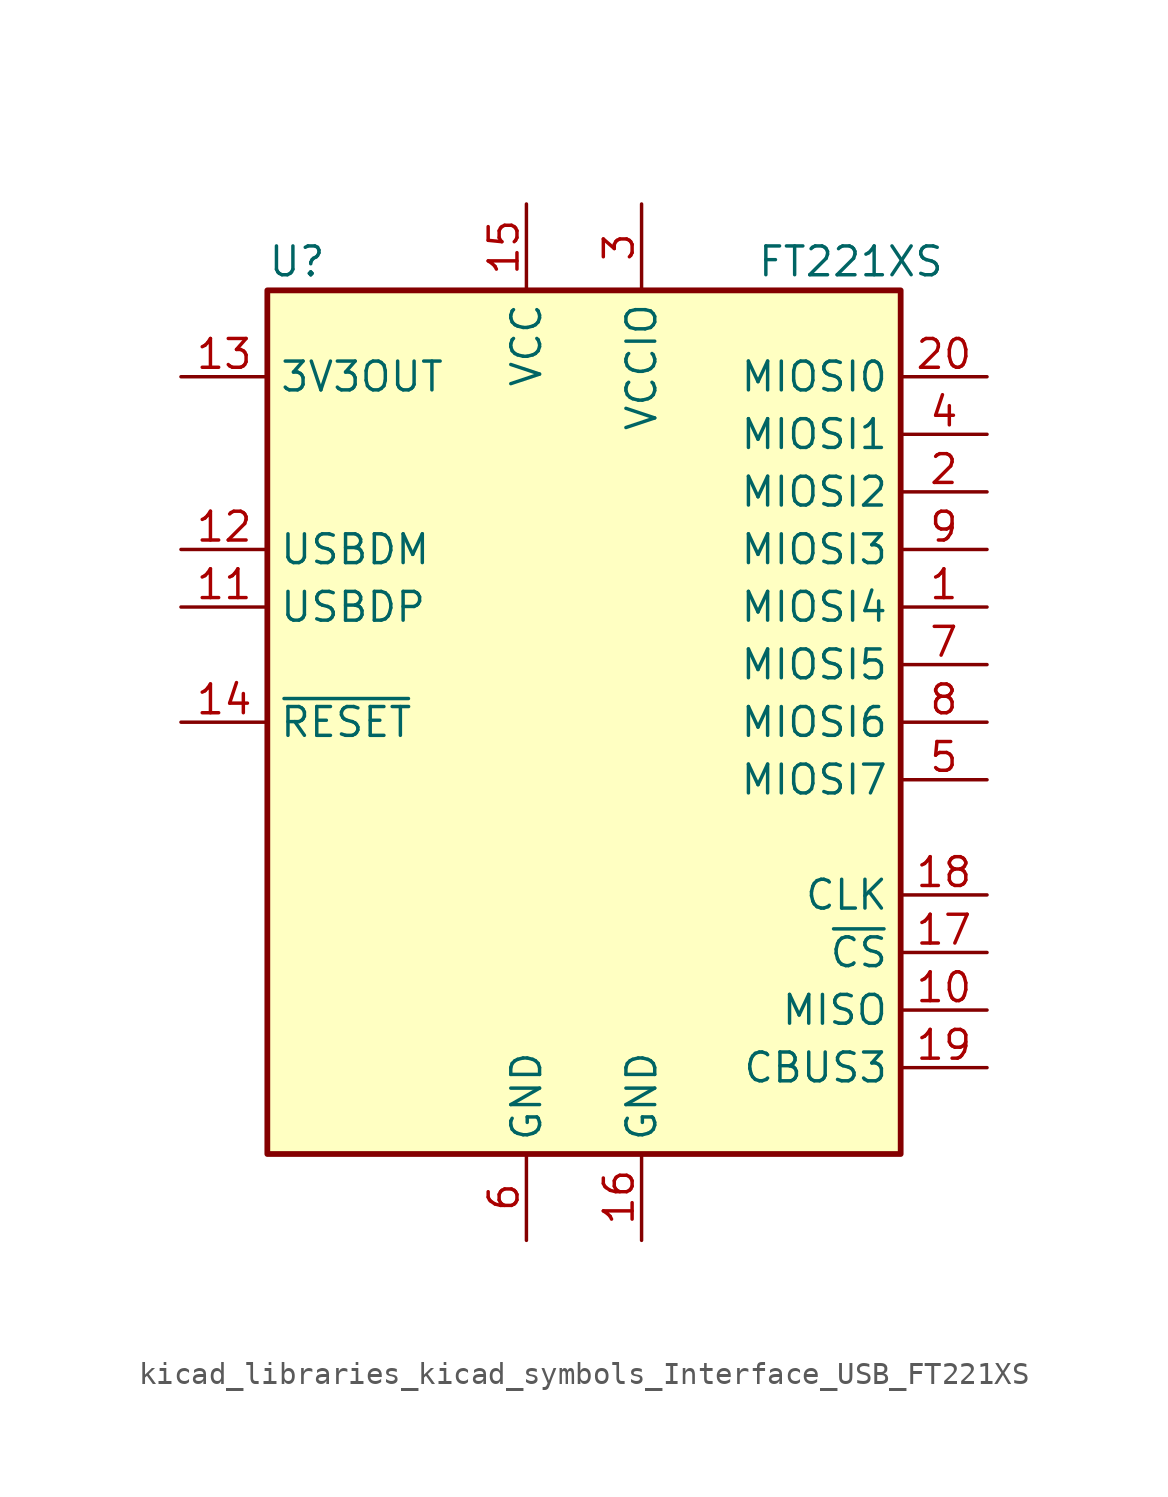
<source format=kicad_sym>
(kicad_symbol_lib
  (version 20220914)
  (generator kicad_symbol_editor)
  (symbol "kicad_libraries_kicad_symbols_Interface_USB_FT221XS"
    (property "Reference" "U"
      (at -13.97 20.32 0)
      (effects (font (size 1.27 1.27)) (justify left)))
    (property "Value" "FT221XS"
      (at 7.62 20.32 0)
      (effects (font (size 1.27 1.27)) (justify left)))
    (symbol "kicad_libraries_kicad_symbols_Interface_USB_FT221XS_0_1"
      (rectangle (start -13.97 19.05) (end 13.97 -19.05) (stroke (width 0.254) (type default)) (fill (type background))))
    (symbol "kicad_libraries_kicad_symbols_Interface_USB_FT221XS_1_1"
      (pin input line (at 17.78 5.08 180) (length 3.81) (name "MIOSI4" (effects (font (size 1.27 1.27)))) (number "1" (effects (font (size 1.27 1.27)))))
      (pin input line (at 17.78 -12.7 180) (length 3.81) (name "MISO" (effects (font (size 1.27 1.27)))) (number "10" (effects (font (size 1.27 1.27)))))
      (pin bidirectional line (at -17.78 5.08 0) (length 3.81) (name "USBDP" (effects (font (size 1.27 1.27)))) (number "11" (effects (font (size 1.27 1.27)))))
      (pin bidirectional line (at -17.78 7.62 0) (length 3.81) (name "USBDM" (effects (font (size 1.27 1.27)))) (number "12" (effects (font (size 1.27 1.27)))))
      (pin power_out line (at -17.78 15.24 0) (length 3.81) (name "3V3OUT" (effects (font (size 1.27 1.27)))) (number "13" (effects (font (size 1.27 1.27)))))
      (pin input line (at -17.78 0 0) (length 3.81) (name "~{RESET}" (effects (font (size 1.27 1.27)))) (number "14" (effects (font (size 1.27 1.27)))))
      (pin power_in line (at -2.54 22.86 270) (length 3.81) (name "VCC" (effects (font (size 1.27 1.27)))) (number "15" (effects (font (size 1.27 1.27)))))
      (pin power_in line (at 2.54 -22.86 90) (length 3.81) (name "GND" (effects (font (size 1.27 1.27)))) (number "16" (effects (font (size 1.27 1.27)))))
      (pin input line (at 17.78 -10.16 180) (length 3.81) (name "~{CS}" (effects (font (size 1.27 1.27)))) (number "17" (effects (font (size 1.27 1.27)))))
      (pin input line (at 17.78 -7.62 180) (length 3.81) (name "CLK" (effects (font (size 1.27 1.27)))) (number "18" (effects (font (size 1.27 1.27)))))
      (pin bidirectional line (at 17.78 -15.24 180) (length 3.81) (name "CBUS3" (effects (font (size 1.27 1.27)))) (number "19" (effects (font (size 1.27 1.27)))))
      (pin input line (at 17.78 10.16 180) (length 3.81) (name "MIOSI2" (effects (font (size 1.27 1.27)))) (number "2" (effects (font (size 1.27 1.27)))))
      (pin input line (at 17.78 15.24 180) (length 3.81) (name "MIOSI0" (effects (font (size 1.27 1.27)))) (number "20" (effects (font (size 1.27 1.27)))))
      (pin power_in line (at 2.54 22.86 270) (length 3.81) (name "VCCIO" (effects (font (size 1.27 1.27)))) (number "3" (effects (font (size 1.27 1.27)))))
      (pin input line (at 17.78 12.7 180) (length 3.81) (name "MIOSI1" (effects (font (size 1.27 1.27)))) (number "4" (effects (font (size 1.27 1.27)))))
      (pin input line (at 17.78 -2.54 180) (length 3.81) (name "MIOSI7" (effects (font (size 1.27 1.27)))) (number "5" (effects (font (size 1.27 1.27)))))
      (pin power_in line (at -2.54 -22.86 90) (length 3.81) (name "GND" (effects (font (size 1.27 1.27)))) (number "6" (effects (font (size 1.27 1.27)))))
      (pin input line (at 17.78 2.54 180) (length 3.81) (name "MIOSI5" (effects (font (size 1.27 1.27)))) (number "7" (effects (font (size 1.27 1.27)))))
      (pin input line (at 17.78 0 180) (length 3.81) (name "MIOSI6" (effects (font (size 1.27 1.27)))) (number "8" (effects (font (size 1.27 1.27)))))
      (pin input line (at 17.78 7.62 180) (length 3.81) (name "MIOSI3" (effects (font (size 1.27 1.27)))) (number "9" (effects (font (size 1.27 1.27))))))))
</source>
